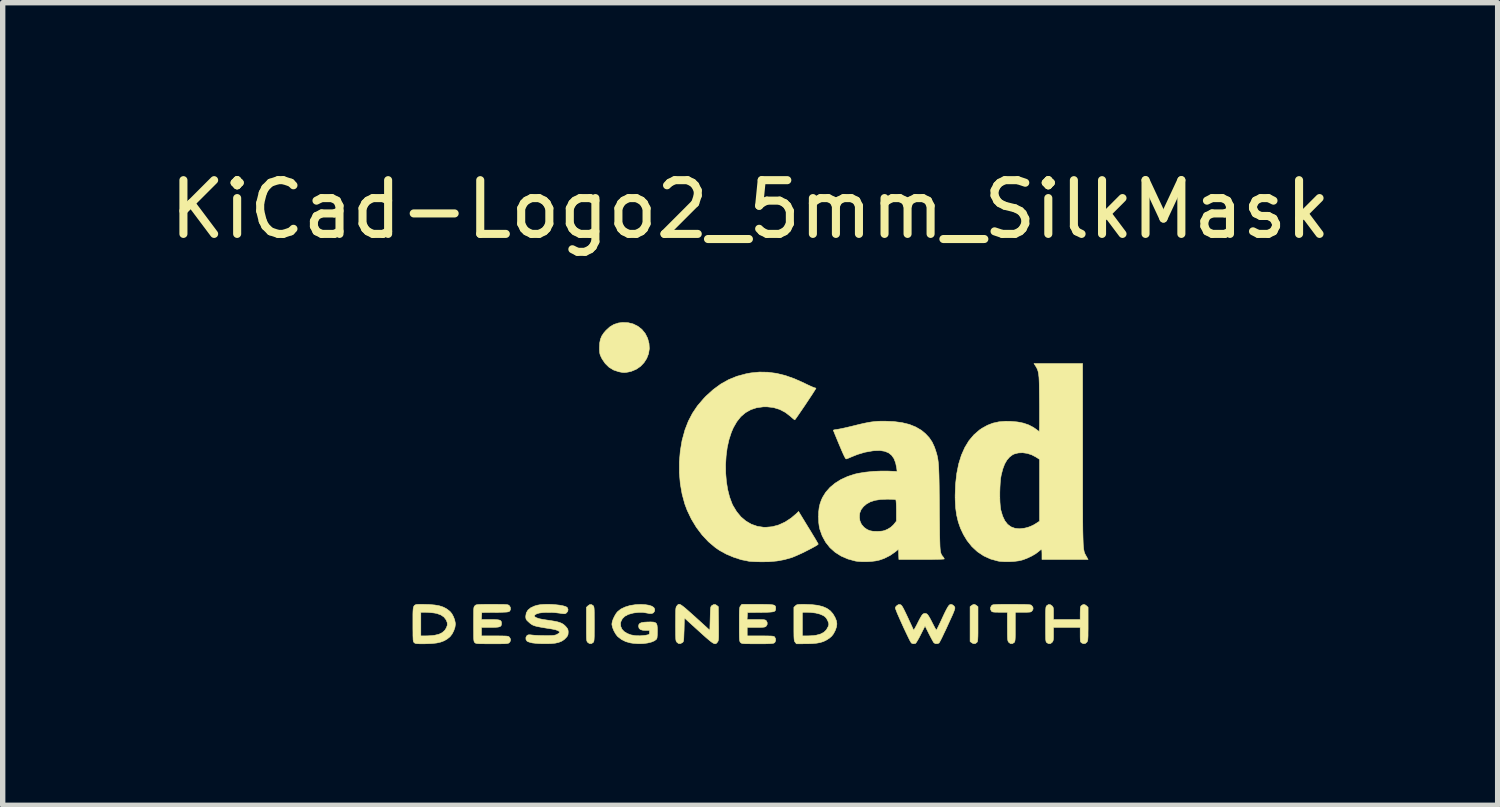
<source format=kicad_pcb>
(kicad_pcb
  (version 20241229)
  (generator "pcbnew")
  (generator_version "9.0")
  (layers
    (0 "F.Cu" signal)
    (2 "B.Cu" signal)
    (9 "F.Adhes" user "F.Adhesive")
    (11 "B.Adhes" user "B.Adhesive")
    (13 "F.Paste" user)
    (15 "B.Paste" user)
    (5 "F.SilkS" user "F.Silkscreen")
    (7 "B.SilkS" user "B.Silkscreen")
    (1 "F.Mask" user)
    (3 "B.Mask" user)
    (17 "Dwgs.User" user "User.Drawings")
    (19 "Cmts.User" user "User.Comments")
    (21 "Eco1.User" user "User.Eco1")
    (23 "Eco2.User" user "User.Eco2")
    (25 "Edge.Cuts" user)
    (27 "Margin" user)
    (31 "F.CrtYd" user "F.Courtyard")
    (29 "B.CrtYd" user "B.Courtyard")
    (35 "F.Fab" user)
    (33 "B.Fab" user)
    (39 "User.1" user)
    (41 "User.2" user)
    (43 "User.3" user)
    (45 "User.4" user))
  (footprint "KiCad-Logo2_5mm_SilkMask"
    (layer "F.Cu")
    (at 10.911 5.928)
    (property "Reference" "KiCad-Logo2_5mm_SilkMask" (at 0 -5.08 0) (layer "F.SilkS") (effects (font (size 1 1) (thickness 0.15))))
    (attr exclude_from_pos_files exclude_from_bom)
    (fp_poly (pts (xy -2.946 -2.511) (xy -2.936 -2.397) (xy -2.904 -2.289) (xy -2.853 -2.19) (xy -2.784 -2.102) (xy -2.699 -2.027) (xy -2.602 -1.97) (xy -2.496 -1.93) (xy -2.389 -1.911) (xy -2.283 -1.913) (xy -2.181 -1.932) (xy -2.085 -1.969) (xy -1.996 -2.021) (xy -1.917 -2.087) (xy -1.849 -2.167) (xy -1.796 -2.258) (xy -1.759 -2.359) (xy -1.74 -2.47) (xy -1.738 -2.52) (xy -1.738 -2.608) (xy -1.687 -2.608) (xy -1.65 -2.605) (xy -1.623 -2.593) (xy -1.596 -2.569) (xy -1.558 -2.531) (xy -1.558 -0.339) (xy -1.558 -0.077) (xy -1.558 0.163) (xy -1.558 0.383) (xy -1.558 0.583) (xy -1.558 0.764) (xy -1.558 0.928) (xy -1.559 1.074) (xy -1.559 1.205) (xy -1.559 1.32) (xy -1.56 1.421) (xy -1.561 1.509) (xy -1.561 1.585) (xy -1.562 1.65) (xy -1.563 1.704) (xy -1.564 1.749) (xy -1.565 1.786) (xy -1.567 1.815) (xy -1.568 1.837) (xy -1.57 1.854) (xy -1.572 1.866) (xy -1.574 1.874) (xy -1.576 1.88) (xy -1.577 1.882) (xy -1.581 1.889) (xy -1.585 1.895) (xy -1.589 1.901) (xy -1.594 1.906) (xy -1.601 1.911) (xy -1.611 1.916) (xy -1.625 1.92) (xy -1.645 1.923) (xy -1.669 1.926) (xy -1.701 1.929) (xy -1.741 1.931) (xy -1.789 1.934) (xy -1.846 1.935) (xy -1.914 1.937) (xy -1.994 1.938) (xy -2.085 1.939) (xy -2.19 1.94) (xy -2.309 1.94) (xy -2.443 1.941) (xy -2.593 1.941) (xy -2.76 1.941) (xy -2.945 1.942) (xy -3.149 1.942) (xy -3.372 1.942) (xy -3.616 1.941) (xy -3.881 1.941) (xy -3.92 1.941) (xy -4.187 1.941) (xy -4.432 1.941) (xy -4.657 1.941) (xy -4.861 1.941) (xy -5.047 1.941) (xy -5.215 1.941) (xy -5.366 1.94) (xy -5.501 1.94) (xy -5.62 1.939) (xy -5.725 1.939) (xy -5.817 1.938) (xy -5.896 1.938) (xy -5.964 1.937) (xy -6.021 1.936) (xy -6.069 1.935) (xy -6.107 1.933) (xy -6.138 1.932) (xy -6.162 1.931) (xy -6.18 1.929) (xy -6.192 1.927) (xy -6.201 1.925) (xy -6.205 1.923) (xy -6.214 1.92) (xy -6.221 1.917) (xy -6.229 1.915) (xy -6.235 1.911) (xy -6.241 1.906) (xy -6.246 1.897) (xy -6.251 1.885) (xy -6.255 1.869) (xy -6.259 1.846) (xy -6.262 1.818) (xy -6.265 1.781) (xy -6.268 1.737) (xy -6.27 1.683) (xy -6.271 1.618) (xy -6.273 1.543) (xy -6.274 1.455) (xy -6.275 1.354) (xy -6.276 1.239) (xy -6.276 1.11) (xy -6.276 0.964) (xy -6.277 0.802) (xy -6.277 0.621) (xy -6.277 0.422) (xy -6.277 0.204) (xy -6.277 -0.035) (xy -6.277 -0.296) (xy -6.277 -0.338) (xy -6.277 -0.601) (xy -6.277 -0.842) (xy -6.277 -1.063) (xy -6.277 -1.264) (xy -6.277 -1.446) (xy -6.276 -1.61) (xy -6.276 -1.757) (xy -6.276 -1.888) (xy -6.275 -1.998) (xy -5.972 -1.998) (xy -5.932 -1.94) (xy -5.921 -1.925) (xy -5.911 -1.911) (xy -5.902 -1.897) (xy -5.894 -1.883) (xy -5.887 -1.868) (xy -5.881 -1.849) (xy -5.875 -1.826) (xy -5.871 -1.798) (xy -5.867 -1.764) (xy -5.863 -1.722) (xy -5.861 -1.67) (xy -5.858 -1.609) (xy -5.857 -1.537) (xy -5.855 -1.452) (xy -5.855 -1.354) (xy -5.854 -1.24) (xy -5.853 -1.111) (xy -5.853 -0.965) (xy -5.853 -0.8) (xy -5.853 -0.616) (xy -5.853 -0.41) (xy -5.853 -0.288) (xy -5.853 -0.071) (xy -5.853 0.125) (xy -5.853 0.3) (xy -5.853 0.456) (xy -5.854 0.595) (xy -5.854 0.717) (xy -5.855 0.823) (xy -5.856 0.915) (xy -5.857 0.994) (xy -5.859 1.062) (xy -5.862 1.118) (xy -5.865 1.165) (xy -5.868 1.204) (xy -5.872 1.235) (xy -5.877 1.261) (xy -5.883 1.282) (xy -5.89 1.299) (xy -5.897 1.314) (xy -5.906 1.327) (xy -5.915 1.341) (xy -5.925 1.356) (xy -5.932 1.365) (xy -5.97 1.422) (xy -5.439 1.422) (xy -5.315 1.422) (xy -5.213 1.422) (xy -5.129 1.422) (xy -5.063 1.421) (xy -5.012 1.42) (xy -4.974 1.419) (xy -4.948 1.417) (xy -4.932 1.415) (xy -4.923 1.412) (xy -4.921 1.408) (xy -4.923 1.404) (xy -4.925 1.403) (xy -4.95 1.366) (xy -4.976 1.313) (xy -4.999 1.251) (xy -5.007 1.224) (xy -5.012 1.206) (xy -5.016 1.185) (xy -5.019 1.159) (xy -5.022 1.126) (xy -5.024 1.083) (xy -5.026 1.028) (xy -5.028 0.96) (xy -5.029 0.877) (xy -5.03 0.775) (xy -5.031 0.654) (xy -5.032 0.61) (xy -5.033 0.484) (xy -5.033 0.38) (xy -5.034 0.295) (xy -5.034 0.227) (xy -5.034 0.174) (xy -5.033 0.135) (xy -5.031 0.107) (xy -5.029 0.09) (xy -5.027 0.081) (xy -5.023 0.078) (xy -5.019 0.08) (xy -5.015 0.085) (xy -5.004 0.098) (xy -4.982 0.127) (xy -4.95 0.17) (xy -4.909 0.225) (xy -4.861 0.289) (xy -4.808 0.362) (xy -4.751 0.44) (xy -4.691 0.521) (xy -4.631 0.603) (xy -4.572 0.685) (xy -4.514 0.763) (xy -4.461 0.836) (xy -4.413 0.902) (xy -4.373 0.959) (xy -4.341 1.004) (xy -4.318 1.035) (xy -4.314 1.041) (xy -4.291 1.078) (xy -4.264 1.126) (xy -4.239 1.176) (xy -4.236 1.183) (xy -4.214 1.231) (xy -4.201 1.268) (xy -4.196 1.304) (xy -4.194 1.346) (xy -4.195 1.422) (xy -3.041 1.422) (xy -3.132 1.329) (xy -3.179 1.279) (xy -3.229 1.222) (xy -3.275 1.168) (xy -3.295 1.143) (xy -3.326 1.103) (xy -3.366 1.05) (xy -3.414 0.985) (xy -3.47 0.909) (xy -3.532 0.825) (xy -3.599 0.733) (xy -3.669 0.636) (xy -3.743 0.535) (xy -3.817 0.432) (xy -3.892 0.328) (xy -3.966 0.225) (xy -4.038 0.125) (xy -4.106 0.029) (xy -4.17 -0.061) (xy -4.229 -0.144) (xy -4.28 -0.218) (xy -4.324 -0.28) (xy -4.359 -0.33) (xy -4.383 -0.367) (xy -4.396 -0.387) (xy -4.398 -0.391) (xy -4.39 -0.403) (xy -4.369 -0.43) (xy -4.337 -0.471) (xy -4.294 -0.525) (xy -4.243 -0.589) (xy -4.185 -0.663) (xy -4.12 -0.744) (xy -4.051 -0.831) (xy -3.979 -0.921) (xy -3.904 -1.014) (xy -3.845 -1.088) (xy -2.834 -1.088) (xy -2.828 -1.075) (xy -2.813 -1.053) (xy -2.812 -1.052) (xy -2.793 -1.021) (xy -2.774 -0.985) (xy -2.77 -0.976) (xy -2.766 -0.968) (xy -2.763 -0.958) (xy -2.76 -0.945) (xy -2.758 -0.927) (xy -2.756 -0.904) (xy -2.754 -0.873) (xy -2.753 -0.833) (xy -2.751 -0.784) (xy -2.75 -0.723) (xy -2.749 -0.649) (xy -2.749 -0.561) (xy -2.748 -0.457) (xy -2.747 -0.337) (xy -2.747 -0.198) (xy -2.746 -0.039) (xy -2.746 0.14) (xy -2.745 0.325) (xy -2.745 0.489) (xy -2.745 0.633) (xy -2.744 0.759) (xy -2.745 0.868) (xy -2.745 0.961) (xy -2.747 1.04) (xy -2.748 1.106) (xy -2.75 1.161) (xy -2.753 1.206) (xy -2.757 1.242) (xy -2.761 1.271) (xy -2.766 1.295) (xy -2.772 1.313) (xy -2.779 1.329) (xy -2.787 1.344) (xy -2.797 1.358) (xy -2.805 1.37) (xy -2.822 1.396) (xy -2.832 1.414) (xy -2.834 1.417) (xy -2.823 1.418) (xy -2.791 1.419) (xy -2.742 1.42) (xy -2.677 1.421) (xy -2.599 1.422) (xy -2.51 1.422) (xy -2.411 1.422) (xy -2.342 1.422) (xy -2.237 1.422) (xy -2.141 1.422) (xy -2.054 1.421) (xy -1.98 1.419) (xy -1.921 1.418) (xy -1.879 1.416) (xy -1.855 1.414) (xy -1.851 1.412) (xy -1.859 1.398) (xy -1.867 1.39) (xy -1.88 1.372) (xy -1.897 1.342) (xy -1.909 1.318) (xy -1.936 1.259) (xy -1.939 0.082) (xy -1.942 -1.095) (xy -2.388 -1.095) (xy -2.486 -1.095) (xy -2.576 -1.094) (xy -2.657 -1.094) (xy -2.725 -1.093) (xy -2.779 -1.092) (xy -2.815 -1.09) (xy -2.833 -1.089) (xy -2.834 -1.088) (xy -3.845 -1.088) (xy -3.829 -1.107) (xy -3.755 -1.199) (xy -3.683 -1.289) (xy -3.615 -1.374) (xy -3.551 -1.452) (xy -3.494 -1.523) (xy -3.444 -1.584) (xy -3.403 -1.633) (xy -3.386 -1.654) (xy -3.3 -1.754) (xy -3.223 -1.838) (xy -3.154 -1.906) (xy -3.091 -1.96) (xy -3.082 -1.967) (xy -3.042 -1.998) (xy -4.174 -1.998) (xy -4.169 -1.95) (xy -4.172 -1.893) (xy -4.194 -1.825) (xy -4.234 -1.745) (xy -4.279 -1.673) (xy -4.295 -1.65) (xy -4.323 -1.612) (xy -4.361 -1.562) (xy -4.408 -1.501) (xy -4.462 -1.432) (xy -4.52 -1.356) (xy -4.582 -1.276) (xy -4.646 -1.194) (xy -4.71 -1.112) (xy -4.773 -1.032) (xy -4.832 -0.957) (xy -4.887 -0.888) (xy -4.935 -0.828) (xy -4.974 -0.778) (xy -5.004 -0.742) (xy -5.022 -0.72) (xy -5.025 -0.717) (xy -5.028 -0.725) (xy -5.03 -0.755) (xy -5.032 -0.807) (xy -5.033 -0.881) (xy -5.033 -0.977) (xy -5.033 -1.094) (xy -5.032 -1.214) (xy -5.03 -1.346) (xy -5.029 -1.457) (xy -5.027 -1.551) (xy -5.024 -1.629) (xy -5.021 -1.692) (xy -5.016 -1.745) (xy -5.009 -1.788) (xy -5.002 -1.823) (xy -4.992 -1.854) (xy -4.98 -1.882) (xy -4.965 -1.91) (xy -4.95 -1.935) (xy -4.912 -1.998) (xy -5.972 -1.998) (xy -6.275 -1.998) (xy -6.275 -2.004) (xy -6.274 -2.106) (xy -6.273 -2.195) (xy -6.272 -2.272) (xy -6.27 -2.337) (xy -6.269 -2.393) (xy -6.266 -2.438) (xy -6.264 -2.475) (xy -6.261 -2.505) (xy -6.258 -2.528) (xy -6.254 -2.546) (xy -6.25 -2.559) (xy -6.245 -2.568) (xy -6.24 -2.574) (xy -6.234 -2.579) (xy -6.228 -2.582) (xy -6.222 -2.586) (xy -6.216 -2.589) (xy -6.21 -2.592) (xy -6.202 -2.594) (xy -6.19 -2.596) (xy -6.173 -2.598) (xy -6.149 -2.6) (xy -6.118 -2.601) (xy -6.079 -2.602) (xy -6.03 -2.603) (xy -5.971 -2.604) (xy -5.899 -2.605) (xy -5.815 -2.606) (xy -5.718 -2.606) (xy -5.605 -2.607) (xy -5.476 -2.607) (xy -5.33 -2.607) (xy -5.166 -2.608) (xy -4.982 -2.608) (xy -4.778 -2.608) (xy -4.567 -2.608) (xy -2.946 -2.608) (xy -2.946 -2.511)) (stroke (width 0.01) (type solid)) (fill yes) (layer "F.Mask"))
    (fp_poly (pts (xy 4.189 2.276) (xy 4.212 2.291) (xy 4.239 2.312) (xy 4.239 2.634) (xy 4.239 2.728) (xy 4.239 2.802) (xy 4.238 2.859) (xy 4.236 2.901) (xy 4.234 2.931) (xy 4.231 2.951) (xy 4.227 2.965) (xy 4.221 2.974) (xy 4.217 2.979) (xy 4.186 3) (xy 4.15 2.999) (xy 4.119 2.981) (xy 4.092 2.96) (xy 4.092 2.312) (xy 4.119 2.291) (xy 4.145 2.275) (xy 4.166 2.269) (xy 4.189 2.276)) (stroke (width 0.01) (type solid)) (fill yes) (layer "F.SilkS"))
    (fp_poly (pts (xy -2.924 2.292) (xy -2.917 2.299) (xy -2.912 2.309) (xy -2.908 2.324) (xy -2.905 2.346) (xy -2.903 2.378) (xy -2.902 2.422) (xy -2.902 2.482) (xy -2.901 2.56) (xy -2.901 2.636) (xy -2.901 2.73) (xy -2.902 2.804) (xy -2.902 2.86) (xy -2.904 2.902) (xy -2.906 2.932) (xy -2.909 2.952) (xy -2.913 2.965) (xy -2.919 2.974) (xy -2.924 2.98) (xy -2.957 3) (xy -2.992 2.998) (xy -3.023 2.977) (xy -3.031 2.968) (xy -3.036 2.959) (xy -3.041 2.945) (xy -3.044 2.924) (xy -3.046 2.895) (xy -3.047 2.853) (xy -3.048 2.796) (xy -3.048 2.722) (xy -3.048 2.638) (xy -3.048 2.324) (xy -3.02 2.297) (xy -2.986 2.273) (xy -2.953 2.273) (xy -2.924 2.292)) (stroke (width 0.01) (type solid)) (fill yes) (layer "F.SilkS"))
    (fp_poly (pts (xy -2.273 -2.973) (xy -2.177 -2.949) (xy -2.09 -2.906) (xy -2.015 -2.847) (xy -1.954 -2.772) (xy -1.909 -2.683) (xy -1.883 -2.586) (xy -1.877 -2.489) (xy -1.892 -2.395) (xy -1.926 -2.307) (xy -1.977 -2.228) (xy -2.042 -2.16) (xy -2.121 -2.106) (xy -2.212 -2.068) (xy -2.263 -2.056) (xy -2.308 -2.048) (xy -2.342 -2.045) (xy -2.375 -2.047) (xy -2.415 -2.054) (xy -2.449 -2.061) (xy -2.542 -2.092) (xy -2.626 -2.143) (xy -2.698 -2.213) (xy -2.756 -2.298) (xy -2.77 -2.326) (xy -2.787 -2.362) (xy -2.797 -2.392) (xy -2.802 -2.425) (xy -2.805 -2.466) (xy -2.805 -2.512) (xy -2.801 -2.596) (xy -2.787 -2.665) (xy -2.762 -2.726) (xy -2.723 -2.784) (xy -2.684 -2.829) (xy -2.612 -2.895) (xy -2.537 -2.94) (xy -2.455 -2.967) (xy -2.377 -2.977) (xy -2.273 -2.973)) (stroke (width 0.01) (type solid)) (fill yes) (layer "F.SilkS"))
    (fp_poly (pts (xy 4.963 2.269) (xy 5.042 2.27) (xy 5.103 2.27) (xy 5.149 2.272) (xy 5.182 2.274) (xy 5.205 2.277) (xy 5.221 2.28) (xy 5.231 2.285) (xy 5.236 2.289) (xy 5.261 2.321) (xy 5.265 2.355) (xy 5.249 2.386) (xy 5.238 2.398) (xy 5.227 2.406) (xy 5.211 2.412) (xy 5.186 2.414) (xy 5.147 2.416) (xy 5.09 2.416) (xy 5.079 2.416) (xy 4.933 2.416) (xy 4.933 2.687) (xy 4.933 2.772) (xy 4.933 2.838) (xy 4.932 2.887) (xy 4.93 2.922) (xy 4.927 2.946) (xy 4.923 2.962) (xy 4.918 2.972) (xy 4.911 2.98) (xy 4.878 3) (xy 4.843 2.999) (xy 4.812 2.976) (xy 4.81 2.973) (xy 4.802 2.962) (xy 4.797 2.95) (xy 4.793 2.933) (xy 4.79 2.908) (xy 4.788 2.872) (xy 4.787 2.822) (xy 4.787 2.755) (xy 4.786 2.68) (xy 4.786 2.416) (xy 4.647 2.416) (xy 4.587 2.415) (xy 4.546 2.414) (xy 4.519 2.411) (xy 4.502 2.405) (xy 4.49 2.397) (xy 4.489 2.395) (xy 4.473 2.362) (xy 4.474 2.324) (xy 4.493 2.292) (xy 4.5 2.285) (xy 4.51 2.28) (xy 4.524 2.276) (xy 4.545 2.274) (xy 4.575 2.272) (xy 4.618 2.27) (xy 4.676 2.269) (xy 4.75 2.269) (xy 4.844 2.269) (xy 4.864 2.269) (xy 4.963 2.269)) (stroke (width 0.01) (type solid)) (fill yes) (layer "F.SilkS"))
    (fp_poly (pts (xy 6.229 2.275) (xy 6.26 2.297) (xy 6.288 2.324) (xy 6.288 2.634) (xy 6.288 2.726) (xy 6.287 2.798) (xy 6.287 2.853) (xy 6.285 2.893) (xy 6.283 2.922) (xy 6.28 2.942) (xy 6.275 2.956) (xy 6.269 2.967) (xy 6.265 2.973) (xy 6.234 2.998) (xy 6.198 3) (xy 6.166 2.985) (xy 6.156 2.976) (xy 6.148 2.965) (xy 6.144 2.946) (xy 6.142 2.915) (xy 6.141 2.869) (xy 6.141 2.833) (xy 6.141 2.698) (xy 5.644 2.698) (xy 5.644 2.821) (xy 5.644 2.877) (xy 5.642 2.915) (xy 5.638 2.941) (xy 5.63 2.96) (xy 5.621 2.973) (xy 5.59 2.998) (xy 5.555 3.001) (xy 5.522 2.983) (xy 5.513 2.974) (xy 5.506 2.962) (xy 5.502 2.943) (xy 5.499 2.914) (xy 5.498 2.87) (xy 5.497 2.808) (xy 5.497 2.794) (xy 5.497 2.678) (xy 5.497 2.582) (xy 5.497 2.504) (xy 5.497 2.443) (xy 5.498 2.396) (xy 5.5 2.361) (xy 5.502 2.335) (xy 5.505 2.318) (xy 5.51 2.306) (xy 5.515 2.298) (xy 5.52 2.292) (xy 5.552 2.272) (xy 5.585 2.275) (xy 5.617 2.297) (xy 5.629 2.311) (xy 5.638 2.327) (xy 5.642 2.35) (xy 5.644 2.384) (xy 5.644 2.436) (xy 5.644 2.551) (xy 6.141 2.551) (xy 6.141 2.433) (xy 6.142 2.378) (xy 6.144 2.341) (xy 6.148 2.317) (xy 6.155 2.301) (xy 6.164 2.292) (xy 6.196 2.272) (xy 6.229 2.275)) (stroke (width 0.01) (type solid)) (fill yes) (layer "F.SilkS"))
    (fp_poly (pts (xy 1.018 2.269) (xy 1.147 2.274) (xy 1.257 2.287) (xy 1.349 2.31) (xy 1.426 2.343) (xy 1.489 2.388) (xy 1.539 2.444) (xy 1.58 2.514) (xy 1.58 2.515) (xy 1.605 2.577) (xy 1.613 2.633) (xy 1.606 2.688) (xy 1.584 2.751) (xy 1.579 2.761) (xy 1.55 2.817) (xy 1.517 2.86) (xy 1.475 2.897) (xy 1.417 2.934) (xy 1.414 2.936) (xy 1.364 2.96) (xy 1.307 2.978) (xy 1.24 2.991) (xy 1.159 2.999) (xy 1.06 3.002) (xy 1.025 3.002) (xy 0.86 3.003) (xy 0.836 2.973) (xy 0.829 2.963) (xy 0.824 2.952) (xy 0.82 2.936) (xy 0.817 2.913) (xy 0.815 2.88) (xy 0.814 2.856) (xy 0.971 2.856) (xy 1.065 2.856) (xy 1.12 2.854) (xy 1.176 2.85) (xy 1.222 2.844) (xy 1.225 2.844) (xy 1.307 2.822) (xy 1.371 2.789) (xy 1.418 2.743) (xy 1.451 2.683) (xy 1.457 2.667) (xy 1.463 2.642) (xy 1.46 2.618) (xy 1.448 2.585) (xy 1.441 2.569) (xy 1.418 2.527) (xy 1.39 2.497) (xy 1.359 2.477) (xy 1.297 2.45) (xy 1.218 2.43) (xy 1.125 2.419) (xy 1.058 2.416) (xy 0.971 2.416) (xy 0.971 2.856) (xy 0.814 2.856) (xy 0.814 2.835) (xy 0.813 2.774) (xy 0.813 2.696) (xy 0.813 2.634) (xy 0.813 2.324) (xy 0.841 2.297) (xy 0.853 2.286) (xy 0.866 2.278) (xy 0.885 2.273) (xy 0.913 2.27) (xy 0.955 2.269) (xy 1.015 2.269) (xy 1.018 2.269)) (stroke (width 0.01) (type solid)) (fill yes) (layer "F.SilkS"))
    (fp_poly (pts (xy -6.121 2.269) (xy -6.082 2.269) (xy -5.966 2.272) (xy -5.869 2.281) (xy -5.788 2.295) (xy -5.719 2.317) (xy -5.658 2.347) (xy -5.604 2.387) (xy -5.584 2.404) (xy -5.552 2.443) (xy -5.523 2.497) (xy -5.5 2.557) (xy -5.488 2.615) (xy -5.486 2.636) (xy -5.494 2.695) (xy -5.516 2.759) (xy -5.547 2.82) (xy -5.584 2.868) (xy -5.59 2.874) (xy -5.641 2.915) (xy -5.696 2.947) (xy -5.76 2.971) (xy -5.834 2.988) (xy -5.924 2.998) (xy -6.031 3.002) (xy -6.08 3.003) (xy -6.142 3.003) (xy -6.186 3.001) (xy -6.215 2.999) (xy -6.234 2.994) (xy -6.247 2.987) (xy -6.254 2.98) (xy -6.261 2.973) (xy -6.266 2.963) (xy -6.27 2.948) (xy -6.273 2.926) (xy -6.274 2.894) (xy -6.276 2.85) (xy -6.276 2.79) (xy -6.277 2.712) (xy -6.277 2.636) (xy -6.277 2.535) (xy -6.277 2.454) (xy -6.276 2.416) (xy -6.13 2.416) (xy -6.13 2.856) (xy -6.037 2.856) (xy -5.981 2.854) (xy -5.922 2.85) (xy -5.873 2.844) (xy -5.872 2.844) (xy -5.792 2.825) (xy -5.731 2.795) (xy -5.684 2.753) (xy -5.655 2.707) (xy -5.636 2.656) (xy -5.638 2.608) (xy -5.659 2.557) (xy -5.7 2.504) (xy -5.758 2.465) (xy -5.833 2.438) (xy -5.883 2.429) (xy -5.939 2.423) (xy -6 2.418) (xy -6.051 2.416) (xy -6.054 2.416) (xy -6.13 2.416) (xy -6.276 2.416) (xy -6.275 2.392) (xy -6.271 2.345) (xy -6.263 2.312) (xy -6.25 2.29) (xy -6.23 2.277) (xy -6.203 2.27) (xy -6.167 2.269) (xy -6.121 2.269)) (stroke (width 0.01) (type solid)) (fill yes) (layer "F.SilkS"))
    (fp_poly (pts (xy -1.3 2.273) (xy -1.277 2.287) (xy -1.246 2.31) (xy -1.206 2.342) (xy -1.156 2.386) (xy -1.094 2.441) (xy -1.018 2.509) (xy -0.931 2.588) (xy -0.751 2.752) (xy -0.745 2.532) (xy -0.743 2.456) (xy -0.741 2.4) (xy -0.739 2.36) (xy -0.736 2.332) (xy -0.731 2.314) (xy -0.725 2.303) (xy -0.717 2.294) (xy -0.713 2.291) (xy -0.678 2.272) (xy -0.645 2.274) (xy -0.619 2.291) (xy -0.593 2.312) (xy -0.589 2.627) (xy -0.588 2.72) (xy -0.588 2.793) (xy -0.588 2.848) (xy -0.589 2.889) (xy -0.591 2.919) (xy -0.594 2.939) (xy -0.598 2.953) (xy -0.604 2.964) (xy -0.61 2.972) (xy -0.623 2.988) (xy -0.637 2.999) (xy -0.652 3.003) (xy -0.671 2.999) (xy -0.695 2.987) (xy -0.727 2.965) (xy -0.768 2.932) (xy -0.821 2.887) (xy -0.886 2.829) (xy -0.96 2.762) (xy -1.225 2.521) (xy -1.23 2.741) (xy -1.233 2.816) (xy -1.235 2.872) (xy -1.237 2.913) (xy -1.24 2.94) (xy -1.244 2.958) (xy -1.25 2.969) (xy -1.259 2.978) (xy -1.263 2.981) (xy -1.3 3) (xy -1.335 2.997) (xy -1.365 2.973) (xy -1.372 2.963) (xy -1.378 2.952) (xy -1.382 2.936) (xy -1.385 2.913) (xy -1.386 2.88) (xy -1.388 2.835) (xy -1.388 2.774) (xy -1.389 2.694) (xy -1.389 2.636) (xy -1.388 2.544) (xy -1.388 2.473) (xy -1.387 2.418) (xy -1.386 2.378) (xy -1.384 2.349) (xy -1.38 2.329) (xy -1.376 2.315) (xy -1.37 2.305) (xy -1.365 2.299) (xy -1.354 2.285) (xy -1.343 2.274) (xy -1.332 2.268) (xy -1.318 2.267) (xy -1.3 2.273)) (stroke (width 0.01) (type solid)) (fill yes) (layer "F.SilkS"))
    (fp_poly (pts (xy -1.95 2.275) (xy -1.882 2.286) (xy -1.829 2.304) (xy -1.795 2.327) (xy -1.785 2.341) (xy -1.776 2.372) (xy -1.782 2.4) (xy -1.802 2.427) (xy -1.834 2.44) (xy -1.879 2.439) (xy -1.914 2.432) (xy -1.992 2.419) (xy -2.072 2.418) (xy -2.162 2.428) (xy -2.186 2.433) (xy -2.269 2.456) (xy -2.334 2.491) (xy -2.38 2.537) (xy -2.407 2.592) (xy -2.413 2.621) (xy -2.409 2.68) (xy -2.386 2.732) (xy -2.345 2.776) (xy -2.288 2.811) (xy -2.219 2.837) (xy -2.138 2.852) (xy -2.048 2.854) (xy -1.951 2.845) (xy -1.945 2.844) (xy -1.907 2.836) (xy -1.885 2.83) (xy -1.876 2.819) (xy -1.874 2.802) (xy -1.874 2.793) (xy -1.874 2.754) (xy -1.942 2.754) (xy -2.003 2.75) (xy -2.044 2.737) (xy -2.068 2.714) (xy -2.077 2.679) (xy -2.077 2.674) (xy -2.072 2.645) (xy -2.054 2.623) (xy -2.022 2.609) (xy -1.972 2.601) (xy -1.923 2.598) (xy -1.852 2.596) (xy -1.801 2.599) (xy -1.766 2.609) (xy -1.744 2.628) (xy -1.733 2.66) (xy -1.728 2.708) (xy -1.727 2.77) (xy -1.729 2.84) (xy -1.733 2.887) (xy -1.74 2.912) (xy -1.741 2.914) (xy -1.78 2.946) (xy -1.837 2.97) (xy -1.909 2.988) (xy -1.991 2.999) (xy -2.081 3.001) (xy -2.175 2.994) (xy -2.23 2.986) (xy -2.316 2.962) (xy -2.396 2.922) (xy -2.463 2.87) (xy -2.473 2.86) (xy -2.506 2.816) (xy -2.536 2.762) (xy -2.559 2.706) (xy -2.572 2.654) (xy -2.574 2.635) (xy -2.567 2.593) (xy -2.55 2.542) (xy -2.524 2.488) (xy -2.495 2.439) (xy -2.469 2.406) (xy -2.408 2.357) (xy -2.329 2.319) (xy -2.235 2.29) (xy -2.129 2.274) (xy -2.032 2.27) (xy -1.95 2.275)) (stroke (width 0.01) (type solid)) (fill yes) (layer "F.SilkS"))
    (fp_poly (pts (xy 0.23 2.269) (xy 0.307 2.27) (xy 0.365 2.272) (xy 0.408 2.276) (xy 0.438 2.282) (xy 0.457 2.291) (xy 0.468 2.303) (xy 0.473 2.319) (xy 0.474 2.339) (xy 0.474 2.341) (xy 0.473 2.364) (xy 0.468 2.382) (xy 0.457 2.395) (xy 0.437 2.404) (xy 0.406 2.41) (xy 0.36 2.414) (xy 0.298 2.417) (xy 0.216 2.418) (xy 0.191 2.418) (xy -0.051 2.421) (xy -0.054 2.486) (xy -0.058 2.551) (xy 0.111 2.551) (xy 0.176 2.552) (xy 0.223 2.553) (xy 0.255 2.555) (xy 0.276 2.559) (xy 0.289 2.565) (xy 0.299 2.573) (xy 0.299 2.573) (xy 0.316 2.607) (xy 0.316 2.643) (xy 0.297 2.674) (xy 0.294 2.678) (xy 0.281 2.686) (xy 0.263 2.692) (xy 0.237 2.695) (xy 0.197 2.697) (xy 0.142 2.698) (xy 0.106 2.698) (xy -0.056 2.698) (xy -0.056 2.856) (xy 0.19 2.856) (xy 0.272 2.856) (xy 0.333 2.857) (xy 0.379 2.858) (xy 0.41 2.86) (xy 0.431 2.864) (xy 0.445 2.868) (xy 0.453 2.874) (xy 0.455 2.877) (xy 0.472 2.908) (xy 0.473 2.944) (xy 0.46 2.975) (xy 0.449 2.985) (xy 0.438 2.991) (xy 0.421 2.995) (xy 0.396 2.998) (xy 0.359 3) (xy 0.308 3.002) (xy 0.24 3.003) (xy 0.153 3.003) (xy 0.133 3.003) (xy 0.045 3.003) (xy -0.024 3.002) (xy -0.075 3.002) (xy -0.113 3) (xy -0.139 2.998) (xy -0.156 2.994) (xy -0.167 2.989) (xy -0.176 2.983) (xy -0.18 2.978) (xy -0.187 2.97) (xy -0.192 2.96) (xy -0.196 2.945) (xy -0.199 2.923) (xy -0.201 2.89) (xy -0.202 2.845) (xy -0.203 2.785) (xy -0.203 2.707) (xy -0.203 2.641) (xy -0.203 2.549) (xy -0.203 2.476) (xy -0.202 2.421) (xy -0.201 2.38) (xy -0.198 2.35) (xy -0.195 2.33) (xy -0.191 2.316) (xy -0.185 2.305) (xy -0.18 2.299) (xy -0.156 2.269) (xy 0.134 2.269) (xy 0.23 2.269)) (stroke (width 0.01) (type solid)) (fill yes) (layer "F.SilkS"))
    (fp_poly (pts (xy -4.713 2.269) (xy -4.643 2.27) (xy -4.591 2.27) (xy -4.553 2.272) (xy -4.526 2.274) (xy -4.508 2.278) (xy -4.496 2.283) (xy -4.487 2.289) (xy -4.484 2.292) (xy -4.464 2.323) (xy -4.46 2.359) (xy -4.473 2.391) (xy -4.48 2.397) (xy -4.489 2.403) (xy -4.505 2.408) (xy -4.529 2.412) (xy -4.566 2.414) (xy -4.617 2.416) (xy -4.685 2.418) (xy -4.748 2.418) (xy -4.995 2.421) (xy -4.999 2.486) (xy -5.002 2.551) (xy -4.834 2.551) (xy -4.761 2.552) (xy -4.708 2.555) (xy -4.671 2.56) (xy -4.647 2.57) (xy -4.634 2.586) (xy -4.629 2.607) (xy -4.628 2.628) (xy -4.631 2.653) (xy -4.64 2.671) (xy -4.659 2.684) (xy -4.691 2.692) (xy -4.738 2.696) (xy -4.804 2.698) (xy -4.84 2.698) (xy -5.001 2.698) (xy -5.001 2.856) (xy -4.753 2.856) (xy -4.671 2.856) (xy -4.609 2.857) (xy -4.564 2.858) (xy -4.532 2.86) (xy -4.511 2.863) (xy -4.496 2.868) (xy -4.487 2.874) (xy -4.482 2.879) (xy -4.465 2.906) (xy -4.459 2.929) (xy -4.467 2.959) (xy -4.482 2.98) (xy -4.49 2.987) (xy -4.5 2.992) (xy -4.515 2.996) (xy -4.538 2.999) (xy -4.571 3.001) (xy -4.618 3.002) (xy -4.68 3.003) (xy -4.761 3.003) (xy -4.803 3.003) (xy -4.894 3.003) (xy -4.964 3.002) (xy -5.017 3.002) (xy -5.056 3) (xy -5.083 2.998) (xy -5.101 2.994) (xy -5.113 2.99) (xy -5.122 2.983) (xy -5.125 2.98) (xy -5.132 2.973) (xy -5.137 2.963) (xy -5.141 2.948) (xy -5.144 2.926) (xy -5.146 2.894) (xy -5.147 2.849) (xy -5.147 2.789) (xy -5.148 2.711) (xy -5.148 2.638) (xy -5.148 2.545) (xy -5.147 2.471) (xy -5.147 2.415) (xy -5.146 2.374) (xy -5.144 2.345) (xy -5.141 2.325) (xy -5.136 2.312) (xy -5.131 2.303) (xy -5.123 2.295) (xy -5.122 2.294) (xy -5.113 2.286) (xy -5.103 2.28) (xy -5.089 2.276) (xy -5.067 2.273) (xy -5.036 2.271) (xy -4.993 2.27) (xy -4.934 2.269) (xy -4.857 2.269) (xy -4.802 2.269) (xy -4.713 2.269)) (stroke (width 0.01) (type solid)) (fill yes) (layer "F.SilkS"))
    (fp_poly (pts (xy 3.745 2.271) (xy 3.764 2.278) (xy 3.765 2.278) (xy 3.792 2.299) (xy 3.806 2.32) (xy 3.809 2.329) (xy 3.809 2.342) (xy 3.805 2.361) (xy 3.796 2.387) (xy 3.782 2.424) (xy 3.761 2.473) (xy 3.732 2.536) (xy 3.695 2.617) (xy 3.675 2.661) (xy 3.639 2.74) (xy 3.604 2.812) (xy 3.574 2.876) (xy 3.548 2.928) (xy 3.528 2.965) (xy 3.516 2.986) (xy 3.513 2.989) (xy 3.482 3.001) (xy 3.447 3) (xy 3.419 2.984) (xy 3.418 2.983) (xy 3.407 2.966) (xy 3.388 2.933) (xy 3.364 2.888) (xy 3.337 2.836) (xy 3.327 2.817) (xy 3.254 2.67) (xy 3.174 2.829) (xy 3.146 2.884) (xy 3.119 2.932) (xy 3.097 2.969) (xy 3.081 2.991) (xy 3.076 2.996) (xy 3.034 3.002) (xy 3 2.989) (xy 2.99 2.974) (xy 2.972 2.943) (xy 2.949 2.897) (xy 2.921 2.839) (xy 2.89 2.774) (xy 2.857 2.704) (xy 2.824 2.631) (xy 2.792 2.56) (xy 2.763 2.494) (xy 2.737 2.435) (xy 2.718 2.386) (xy 2.705 2.352) (xy 2.7 2.334) (xy 2.7 2.334) (xy 2.711 2.311) (xy 2.733 2.289) (xy 2.735 2.288) (xy 2.762 2.272) (xy 2.787 2.273) (xy 2.796 2.275) (xy 2.808 2.282) (xy 2.82 2.294) (xy 2.834 2.315) (xy 2.852 2.347) (xy 2.875 2.393) (xy 2.905 2.455) (xy 2.932 2.512) (xy 2.962 2.578) (xy 2.99 2.638) (xy 3.013 2.688) (xy 3.03 2.725) (xy 3.039 2.746) (xy 3.041 2.749) (xy 3.047 2.743) (xy 3.061 2.721) (xy 3.081 2.685) (xy 3.106 2.638) (xy 3.115 2.619) (xy 3.148 2.554) (xy 3.174 2.507) (xy 3.194 2.474) (xy 3.21 2.454) (xy 3.226 2.443) (xy 3.242 2.439) (xy 3.252 2.438) (xy 3.271 2.44) (xy 3.287 2.447) (xy 3.303 2.462) (xy 3.321 2.487) (xy 3.344 2.526) (xy 3.373 2.581) (xy 3.389 2.613) (xy 3.415 2.663) (xy 3.437 2.705) (xy 3.454 2.734) (xy 3.464 2.748) (xy 3.466 2.749) (xy 3.472 2.738) (xy 3.487 2.709) (xy 3.508 2.666) (xy 3.534 2.612) (xy 3.564 2.548) (xy 3.578 2.517) (xy 3.616 2.436) (xy 3.647 2.374) (xy 3.672 2.328) (xy 3.692 2.297) (xy 3.71 2.278) (xy 3.727 2.271) (xy 3.745 2.271)) (stroke (width 0.01) (type solid)) (fill yes) (layer "F.SilkS"))
    (fp_poly (pts (xy -3.692 2.27) (xy -3.617 2.276) (xy -3.547 2.284) (xy -3.487 2.295) (xy -3.44 2.308) (xy -3.41 2.323) (xy -3.406 2.327) (xy -3.39 2.362) (xy -3.395 2.397) (xy -3.419 2.428) (xy -3.421 2.429) (xy -3.435 2.438) (xy -3.45 2.443) (xy -3.471 2.443) (xy -3.503 2.44) (xy -3.552 2.432) (xy -3.556 2.432) (xy -3.629 2.423) (xy -3.707 2.418) (xy -3.786 2.418) (xy -3.859 2.422) (xy -3.922 2.43) (xy -3.968 2.443) (xy -3.971 2.444) (xy -4.005 2.463) (xy -4.017 2.482) (xy -4.008 2.5) (xy -3.978 2.518) (xy -3.929 2.535) (xy -3.861 2.549) (xy -3.816 2.556) (xy -3.721 2.57) (xy -3.647 2.582) (xy -3.588 2.594) (xy -3.542 2.608) (xy -3.506 2.623) (xy -3.476 2.641) (xy -3.449 2.664) (xy -3.428 2.686) (xy -3.403 2.717) (xy -3.391 2.743) (xy -3.387 2.776) (xy -3.387 2.788) (xy -3.39 2.828) (xy -3.401 2.857) (xy -3.421 2.883) (xy -3.462 2.924) (xy -3.508 2.954) (xy -3.562 2.976) (xy -3.627 2.991) (xy -3.707 2.999) (xy -3.805 3.001) (xy -3.821 3.001) (xy -3.887 3) (xy -3.952 2.997) (xy -4.009 2.992) (xy -4.052 2.987) (xy -4.055 2.987) (xy -4.098 2.976) (xy -4.134 2.964) (xy -4.154 2.952) (xy -4.173 2.922) (xy -4.174 2.886) (xy -4.158 2.854) (xy -4.154 2.851) (xy -4.139 2.84) (xy -4.12 2.835) (xy -4.091 2.836) (xy -4.056 2.84) (xy -4.016 2.844) (xy -3.96 2.847) (xy -3.895 2.849) (xy -3.828 2.85) (xy -3.81 2.85) (xy -3.742 2.85) (xy -3.692 2.849) (xy -3.657 2.846) (xy -3.63 2.841) (xy -3.609 2.834) (xy -3.596 2.828) (xy -3.568 2.811) (xy -3.55 2.796) (xy -3.547 2.792) (xy -3.553 2.774) (xy -3.579 2.757) (xy -3.624 2.741) (xy -3.687 2.728) (xy -3.705 2.725) (xy -3.801 2.71) (xy -3.878 2.697) (xy -3.938 2.686) (xy -3.984 2.676) (xy -4.021 2.665) (xy -4.049 2.653) (xy -4.073 2.639) (xy -4.096 2.622) (xy -4.119 2.601) (xy -4.127 2.594) (xy -4.155 2.567) (xy -4.17 2.545) (xy -4.176 2.52) (xy -4.177 2.489) (xy -4.167 2.428) (xy -4.136 2.376) (xy -4.085 2.333) (xy -4.013 2.3) (xy -3.962 2.285) (xy -3.907 2.275) (xy -3.841 2.27) (xy -3.768 2.268) (xy -3.692 2.27)) (stroke (width 0.01) (type solid)) (fill yes) (layer "F.SilkS"))
    (fp_poly (pts (xy 0.328 -2.051) (xy 0.489 -2.03) (xy 0.653 -1.99) (xy 0.822 -1.93) (xy 1 -1.851) (xy 1.011 -1.845) (xy 1.069 -1.817) (xy 1.121 -1.793) (xy 1.162 -1.775) (xy 1.19 -1.764) (xy 1.2 -1.761) (xy 1.219 -1.756) (xy 1.224 -1.752) (xy 1.218 -1.741) (xy 1.202 -1.715) (xy 1.177 -1.676) (xy 1.145 -1.626) (xy 1.107 -1.569) (xy 1.066 -1.507) (xy 1.023 -1.442) (xy 0.98 -1.379) (xy 0.939 -1.319) (xy 0.902 -1.265) (xy 0.871 -1.22) (xy 0.847 -1.186) (xy 0.832 -1.167) (xy 0.83 -1.165) (xy 0.82 -1.17) (xy 0.798 -1.187) (xy 0.767 -1.214) (xy 0.752 -1.228) (xy 0.655 -1.303) (xy 0.548 -1.359) (xy 0.433 -1.394) (xy 0.31 -1.408) (xy 0.241 -1.407) (xy 0.119 -1.39) (xy 0.01 -1.354) (xy -0.087 -1.299) (xy -0.174 -1.225) (xy -0.249 -1.131) (xy -0.314 -1.018) (xy -0.351 -0.931) (xy -0.395 -0.796) (xy -0.428 -0.648) (xy -0.448 -0.493) (xy -0.458 -0.333) (xy -0.456 -0.173) (xy -0.443 -0.016) (xy -0.419 0.133) (xy -0.384 0.271) (xy -0.338 0.395) (xy -0.322 0.429) (xy -0.253 0.543) (xy -0.173 0.64) (xy -0.081 0.718) (xy 0.02 0.777) (xy 0.13 0.816) (xy 0.247 0.834) (xy 0.289 0.835) (xy 0.41 0.824) (xy 0.531 0.791) (xy 0.649 0.737) (xy 0.762 0.663) (xy 0.854 0.585) (xy 0.9 0.54) (xy 1.081 0.837) (xy 1.127 0.911) (xy 1.168 0.98) (xy 1.204 1.039) (xy 1.233 1.088) (xy 1.254 1.124) (xy 1.265 1.144) (xy 1.266 1.147) (xy 1.258 1.157) (xy 1.233 1.174) (xy 1.193 1.197) (xy 1.142 1.225) (xy 1.084 1.255) (xy 1.021 1.287) (xy 0.958 1.318) (xy 0.896 1.346) (xy 0.839 1.371) (xy 0.791 1.391) (xy 0.768 1.399) (xy 0.634 1.437) (xy 0.496 1.462) (xy 0.349 1.475) (xy 0.222 1.477) (xy 0.154 1.476) (xy 0.088 1.474) (xy 0.031 1.471) (xy -0.013 1.468) (xy -0.027 1.466) (xy -0.166 1.438) (xy -0.307 1.392) (xy -0.445 1.334) (xy -0.572 1.264) (xy -0.649 1.211) (xy -0.777 1.103) (xy -0.895 0.977) (xy -1.002 0.835) (xy -1.095 0.681) (xy -1.173 0.518) (xy -1.217 0.401) (xy -1.267 0.217) (xy -1.301 0.023) (xy -1.318 -0.179) (xy -1.318 -0.382) (xy -1.301 -0.584) (xy -1.268 -0.781) (xy -1.217 -0.967) (xy -1.214 -0.978) (xy -1.151 -1.14) (xy -1.074 -1.288) (xy -0.981 -1.426) (xy -0.868 -1.558) (xy -0.825 -1.604) (xy -0.688 -1.728) (xy -0.549 -1.83) (xy -0.403 -1.912) (xy -0.249 -1.975) (xy -0.084 -2.02) (xy 0.011 -2.038) (xy 0.17 -2.054) (xy 0.328 -2.051)) (stroke (width 0.01) (type solid)) (fill yes) (layer "F.SilkS"))
    (fp_poly (pts (xy 6.187 -0.528) (xy 6.187 -0.293) (xy 6.187 -0.08) (xy 6.187 0.112) (xy 6.187 0.285) (xy 6.187 0.441) (xy 6.188 0.579) (xy 6.188 0.701) (xy 6.189 0.808) (xy 6.19 0.901) (xy 6.192 0.982) (xy 6.194 1.051) (xy 6.196 1.11) (xy 6.198 1.159) (xy 6.202 1.2) (xy 6.205 1.234) (xy 6.21 1.262) (xy 6.214 1.285) (xy 6.22 1.304) (xy 6.226 1.321) (xy 6.233 1.335) (xy 6.24 1.349) (xy 6.249 1.364) (xy 6.254 1.373) (xy 6.288 1.434) (xy 5.43 1.434) (xy 5.43 1.338) (xy 5.429 1.294) (xy 5.427 1.261) (xy 5.424 1.243) (xy 5.423 1.242) (xy 5.412 1.249) (xy 5.389 1.267) (xy 5.366 1.286) (xy 5.312 1.327) (xy 5.242 1.368) (xy 5.165 1.405) (xy 5.088 1.435) (xy 5.057 1.445) (xy 4.989 1.46) (xy 4.906 1.47) (xy 4.816 1.475) (xy 4.728 1.474) (xy 4.649 1.469) (xy 4.612 1.463) (xy 4.473 1.425) (xy 4.346 1.367) (xy 4.23 1.29) (xy 4.127 1.195) (xy 4.036 1.081) (xy 3.969 0.97) (xy 3.914 0.854) (xy 3.872 0.734) (xy 3.842 0.608) (xy 3.823 0.472) (xy 3.815 0.32) (xy 3.814 0.243) (xy 3.816 0.186) (xy 4.645 0.186) (xy 4.645 0.279) (xy 4.648 0.367) (xy 4.654 0.444) (xy 4.662 0.505) (xy 4.665 0.517) (xy 4.697 0.625) (xy 4.738 0.712) (xy 4.79 0.779) (xy 4.853 0.826) (xy 4.926 0.853) (xy 5.011 0.862) (xy 5.107 0.851) (xy 5.17 0.835) (xy 5.219 0.817) (xy 5.274 0.791) (xy 5.314 0.767) (xy 5.385 0.721) (xy 5.385 -0.429) (xy 5.317 -0.473) (xy 5.239 -0.514) (xy 5.155 -0.541) (xy 5.07 -0.553) (xy 4.988 -0.549) (xy 4.915 -0.53) (xy 4.883 -0.515) (xy 4.826 -0.472) (xy 4.777 -0.415) (xy 4.735 -0.342) (xy 4.701 -0.252) (xy 4.672 -0.141) (xy 4.671 -0.135) (xy 4.66 -0.073) (xy 4.653 0.005) (xy 4.648 0.093) (xy 4.645 0.186) (xy 3.816 0.186) (xy 3.822 0.03) (xy 3.844 -0.166) (xy 3.88 -0.345) (xy 3.93 -0.506) (xy 3.994 -0.65) (xy 4.071 -0.777) (xy 4.163 -0.886) (xy 4.268 -0.977) (xy 4.314 -1.008) (xy 4.415 -1.064) (xy 4.518 -1.104) (xy 4.628 -1.128) (xy 4.749 -1.138) (xy 4.842 -1.137) (xy 4.971 -1.126) (xy 5.084 -1.104) (xy 5.183 -1.07) (xy 5.271 -1.024) (xy 5.32 -0.99) (xy 5.349 -0.968) (xy 5.371 -0.953) (xy 5.379 -0.948) (xy 5.381 -0.959) (xy 5.382 -0.99) (xy 5.383 -1.037) (xy 5.384 -1.1) (xy 5.384 -1.173) (xy 5.384 -1.256) (xy 5.384 -1.344) (xy 5.384 -1.436) (xy 5.383 -1.528) (xy 5.382 -1.618) (xy 5.381 -1.704) (xy 5.38 -1.781) (xy 5.379 -1.848) (xy 5.377 -1.902) (xy 5.375 -1.94) (xy 5.375 -1.947) (xy 5.367 -2.018) (xy 5.356 -2.073) (xy 5.338 -2.12) (xy 5.312 -2.166) (xy 5.305 -2.176) (xy 5.281 -2.213) (xy 6.186 -2.213) (xy 6.187 -0.528)) (stroke (width 0.01) (type solid)) (fill yes) (layer "F.SilkS"))
    (fp_poly (pts (xy 2.674 -1.133) (xy 2.825 -1.113) (xy 2.961 -1.08) (xy 3.08 -1.032) (xy 3.185 -0.971) (xy 3.262 -0.907) (xy 3.331 -0.833) (xy 3.385 -0.753) (xy 3.428 -0.661) (xy 3.443 -0.618) (xy 3.456 -0.579) (xy 3.467 -0.543) (xy 3.477 -0.508) (xy 3.485 -0.472) (xy 3.492 -0.433) (xy 3.498 -0.39) (xy 3.503 -0.34) (xy 3.507 -0.283) (xy 3.51 -0.215) (xy 3.513 -0.136) (xy 3.515 -0.043) (xy 3.517 0.066) (xy 3.518 0.192) (xy 3.52 0.337) (xy 3.521 0.48) (xy 3.522 0.636) (xy 3.524 0.771) (xy 3.525 0.887) (xy 3.526 0.986) (xy 3.528 1.068) (xy 3.53 1.136) (xy 3.532 1.192) (xy 3.535 1.236) (xy 3.539 1.271) (xy 3.544 1.299) (xy 3.55 1.321) (xy 3.557 1.338) (xy 3.565 1.352) (xy 3.574 1.366) (xy 3.585 1.38) (xy 3.59 1.385) (xy 3.605 1.408) (xy 3.612 1.423) (xy 3.612 1.424) (xy 3.602 1.426) (xy 3.571 1.428) (xy 3.522 1.43) (xy 3.458 1.431) (xy 3.382 1.433) (xy 3.295 1.433) (xy 3.2 1.434) (xy 3.19 1.434) (xy 2.767 1.434) (xy 2.763 1.338) (xy 2.76 1.242) (xy 2.698 1.293) (xy 2.601 1.36) (xy 2.491 1.415) (xy 2.404 1.445) (xy 2.335 1.46) (xy 2.252 1.47) (xy 2.162 1.475) (xy 2.074 1.474) (xy 1.995 1.468) (xy 1.959 1.463) (xy 1.819 1.425) (xy 1.692 1.37) (xy 1.58 1.299) (xy 1.484 1.213) (xy 1.404 1.112) (xy 1.341 0.997) (xy 1.296 0.871) (xy 1.284 0.814) (xy 1.276 0.752) (xy 1.273 0.677) (xy 1.272 0.643) (xy 1.272 0.64) (xy 2.032 0.64) (xy 2.042 0.715) (xy 2.07 0.779) (xy 2.118 0.835) (xy 2.123 0.839) (xy 2.172 0.874) (xy 2.223 0.897) (xy 2.284 0.909) (xy 2.359 0.911) (xy 2.377 0.911) (xy 2.431 0.908) (xy 2.471 0.903) (xy 2.506 0.893) (xy 2.545 0.876) (xy 2.556 0.871) (xy 2.616 0.835) (xy 2.663 0.792) (xy 2.676 0.777) (xy 2.721 0.72) (xy 2.721 0.525) (xy 2.72 0.446) (xy 2.718 0.388) (xy 2.715 0.349) (xy 2.711 0.327) (xy 2.707 0.32) (xy 2.691 0.317) (xy 2.657 0.314) (xy 2.61 0.313) (xy 2.555 0.312) (xy 2.546 0.312) (xy 2.425 0.317) (xy 2.323 0.333) (xy 2.236 0.361) (xy 2.164 0.401) (xy 2.109 0.448) (xy 2.064 0.506) (xy 2.039 0.569) (xy 2.032 0.64) (xy 1.272 0.64) (xy 1.274 0.55) (xy 1.283 0.471) (xy 1.299 0.4) (xy 1.324 0.329) (xy 1.348 0.276) (xy 1.407 0.181) (xy 1.485 0.093) (xy 1.58 0.014) (xy 1.69 -0.055) (xy 1.813 -0.111) (xy 1.945 -0.154) (xy 2.009 -0.169) (xy 2.146 -0.191) (xy 2.294 -0.206) (xy 2.446 -0.212) (xy 2.572 -0.211) (xy 2.734 -0.204) (xy 2.727 -0.263) (xy 2.707 -0.362) (xy 2.676 -0.443) (xy 2.632 -0.506) (xy 2.575 -0.551) (xy 2.503 -0.58) (xy 2.416 -0.594) (xy 2.313 -0.591) (xy 2.275 -0.587) (xy 2.134 -0.562) (xy 1.997 -0.521) (xy 1.902 -0.483) (xy 1.857 -0.464) (xy 1.819 -0.448) (xy 1.792 -0.439) (xy 1.785 -0.437) (xy 1.775 -0.446) (xy 1.758 -0.475) (xy 1.734 -0.524) (xy 1.703 -0.594) (xy 1.665 -0.684) (xy 1.658 -0.7) (xy 1.628 -0.772) (xy 1.601 -0.838) (xy 1.578 -0.893) (xy 1.561 -0.936) (xy 1.55 -0.963) (xy 1.547 -0.972) (xy 1.557 -0.977) (xy 1.583 -0.982) (xy 1.611 -0.986) (xy 1.642 -0.991) (xy 1.689 -1) (xy 1.751 -1.013) (xy 1.821 -1.029) (xy 1.896 -1.047) (xy 1.925 -1.054) (xy 2.03 -1.08) (xy 2.117 -1.1) (xy 2.192 -1.115) (xy 2.258 -1.126) (xy 2.319 -1.133) (xy 2.381 -1.138) (xy 2.446 -1.14) (xy 2.504 -1.14) (xy 2.674 -1.133)) (stroke (width 0.01) (type solid)) (fill yes) (layer "F.SilkS")))
  (gr_rect
    (start -3 -3)
    (end 24.821 11.936)
    (stroke (width 0.1) (type default))
    (fill no)
    (layer "Edge.Cuts")))
</source>
